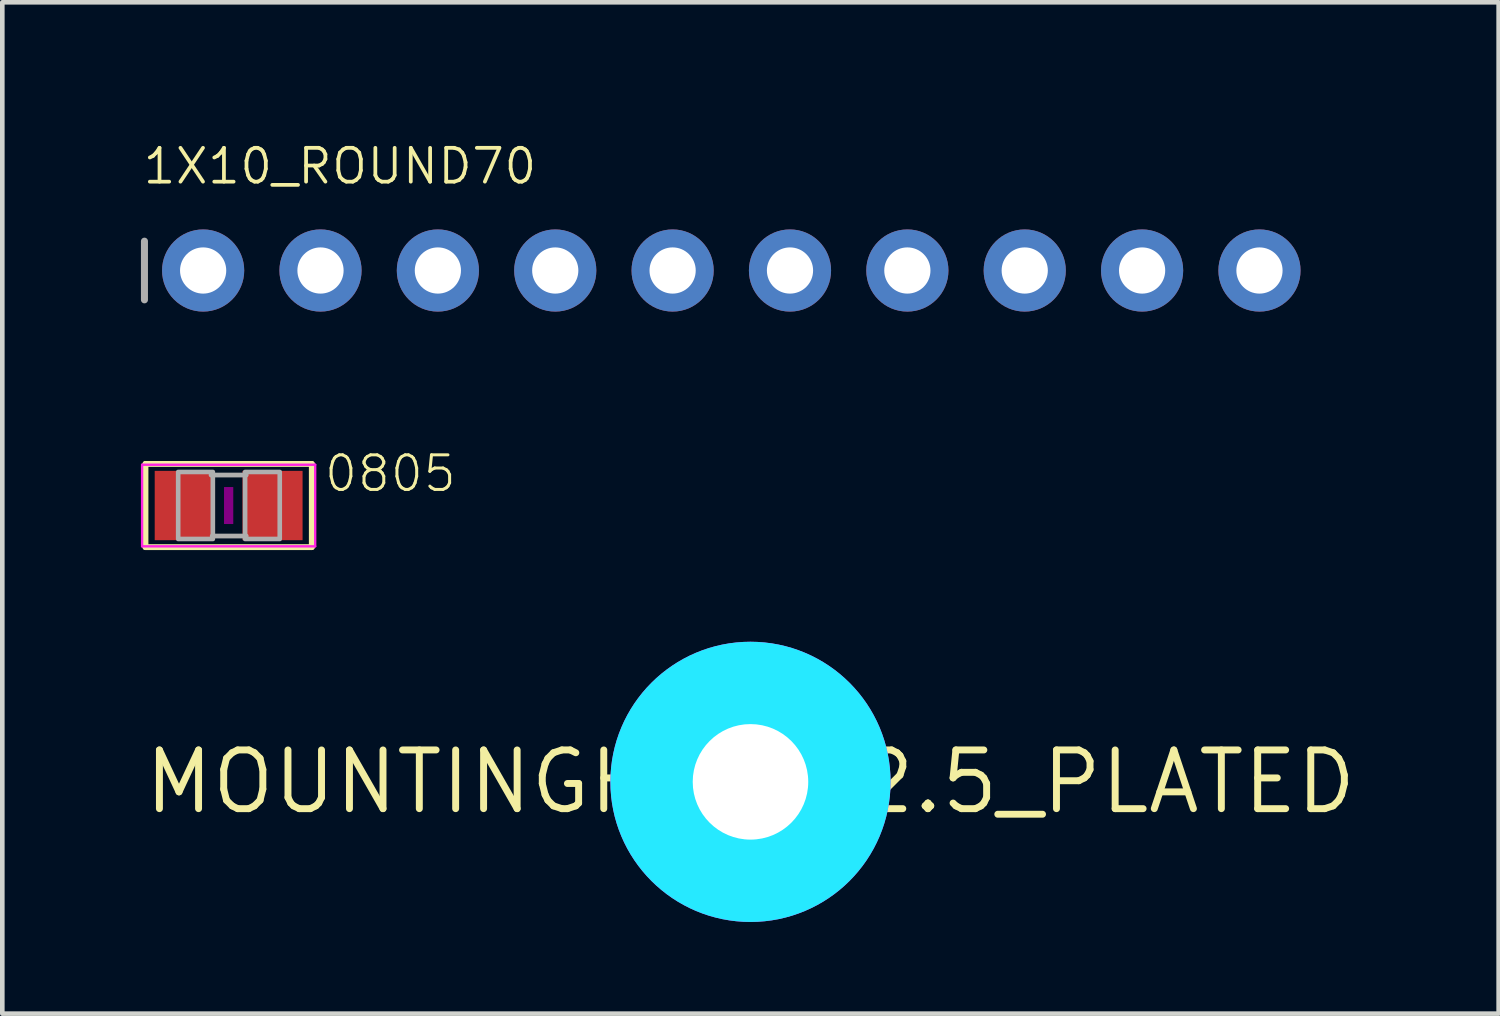
<source format=kicad_pcb>
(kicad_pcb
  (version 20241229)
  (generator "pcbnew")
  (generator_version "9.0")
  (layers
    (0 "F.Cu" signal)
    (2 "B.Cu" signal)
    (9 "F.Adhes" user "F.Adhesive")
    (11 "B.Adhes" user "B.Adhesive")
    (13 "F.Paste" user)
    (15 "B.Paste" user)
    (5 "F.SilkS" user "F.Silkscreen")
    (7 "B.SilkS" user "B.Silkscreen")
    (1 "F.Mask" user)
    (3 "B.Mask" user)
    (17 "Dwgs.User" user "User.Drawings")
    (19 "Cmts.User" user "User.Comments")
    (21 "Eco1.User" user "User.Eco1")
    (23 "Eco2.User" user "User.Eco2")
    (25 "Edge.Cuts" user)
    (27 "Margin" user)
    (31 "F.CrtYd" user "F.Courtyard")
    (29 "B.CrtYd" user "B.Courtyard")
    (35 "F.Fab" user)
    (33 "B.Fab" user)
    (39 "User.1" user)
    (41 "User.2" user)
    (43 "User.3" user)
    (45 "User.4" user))
  (footprint "MOUNTINGHOLE_2.5_PLATED"
    (layer "F.Cu")
    (at 13.191 13.87)
    (property "Reference" "MOUNTINGHOLE_2.5_PLATED" (at 0 0 0) (unlocked yes) (layer "F.SilkS") (effects (font (size 1.27 1.27) (thickness 0.15))))
    (fp_circle (center 0 0) (end 1.75 0) (stroke (width 0.152) (type solid)) (fill no) (layer "F.SilkS"))
    (fp_circle (center 0 0) (end 1 0) (stroke (width 2.032) (type solid)) (fill no) (layer "B.CrtYd"))
    (fp_circle (center 0 0) (end 1 0) (stroke (width 2.032) (type solid)) (fill no) (layer "F.CrtYd"))
    (pad "P$1" thru_hole circle (at 0 0) (size 3.2 3.2) (drill 2.5) (layers "*.Cu" "*.Mask"))
    (zone (net_name "") (layer "F.Cu") (hatch edge 0.5) (connect_pads) (min_thickness 0.25) (filled_areas_thickness no) (keepout (tracks not_allowed) (vias not_allowed) (pads not_allowed) (copperpour not_allowed) (footprints allowed)) (placement (enabled no)) (fill) (polygon (pts (xy 15.207 13.87) (xy 15.187 13.589) (xy 15.129 13.314) (xy 15.033 13.05) (xy 14.901 12.801) (xy 14.735 12.574) (xy 14.54 12.371) (xy 14.318 12.198) (xy 14.075 12.058) (xy 13.814 11.952) (xy 13.541 11.884) (xy 13.261 11.855) (xy 12.98 11.865) (xy 12.703 11.913) (xy 12.436 12) (xy 12.183 12.124) (xy 11.95 12.281) (xy 11.741 12.469) (xy 11.56 12.685) (xy 11.411 12.923) (xy 11.297 13.18) (xy 11.219 13.45) (xy 11.18 13.729) (xy 11.18 14.01) (xy 11.219 14.289) (xy 11.297 14.559) (xy 11.411 14.816) (xy 11.56 15.054) (xy 11.741 15.27) (xy 11.95 15.458) (xy 12.183 15.615) (xy 12.436 15.739) (xy 12.703 15.826) (xy 12.98 15.874) (xy 13.261 15.884) (xy 13.541 15.855) (xy 13.814 15.787) (xy 14.075 15.681) (xy 14.318 15.541) (xy 14.54 15.368) (xy 14.735 15.165) (xy 14.901 14.938) (xy 15.033 14.689) (xy 15.129 14.425) (xy 15.187 14.15))) (polygon (pts (xy 13.175 13.87) (xy 13.18 13.881) (xy 13.191 13.886) (xy 13.202 13.881) (xy 13.207 13.87) (xy 13.202 13.858) (xy 13.191 13.854) (xy 13.18 13.858))))
    (zone (net_name "") (layer "B.Cu") (hatch edge 0.5) (connect_pads) (min_thickness 0.25) (filled_areas_thickness no) (keepout (tracks not_allowed) (vias not_allowed) (pads not_allowed) (copperpour not_allowed) (footprints allowed)) (placement (enabled no)) (fill) (polygon (pts (xy 15.207 13.87) (xy 15.187 13.589) (xy 15.129 13.314) (xy 15.033 13.05) (xy 14.901 12.801) (xy 14.735 12.574) (xy 14.54 12.371) (xy 14.318 12.198) (xy 14.075 12.058) (xy 13.814 11.952) (xy 13.541 11.884) (xy 13.261 11.855) (xy 12.98 11.865) (xy 12.703 11.913) (xy 12.436 12) (xy 12.183 12.124) (xy 11.95 12.281) (xy 11.741 12.469) (xy 11.56 12.685) (xy 11.411 12.923) (xy 11.297 13.18) (xy 11.219 13.45) (xy 11.18 13.729) (xy 11.18 14.01) (xy 11.219 14.289) (xy 11.297 14.559) (xy 11.411 14.816) (xy 11.56 15.054) (xy 11.741 15.27) (xy 11.95 15.458) (xy 12.183 15.615) (xy 12.436 15.739) (xy 12.703 15.826) (xy 12.98 15.874) (xy 13.261 15.884) (xy 13.541 15.855) (xy 13.814 15.787) (xy 14.075 15.681) (xy 14.318 15.541) (xy 14.54 15.368) (xy 14.735 15.165) (xy 14.901 14.938) (xy 15.033 14.689) (xy 15.129 14.425) (xy 15.187 14.15))) (polygon (pts (xy 13.175 13.87) (xy 13.18 13.881) (xy 13.191 13.886) (xy 13.202 13.881) (xy 13.207 13.87) (xy 13.202 13.858) (xy 13.191 13.854) (xy 13.18 13.858)))))
  (footprint "1X10_ROUND70"
    (layer "F.Cu")
    (at 12.776 2.804)
    (property "Reference" "1X10_ROUND70" (at -12.776 -1.829 0) (unlocked yes) (layer "F.SilkS") (effects (font (size 0.732 0.732) (thickness 0.081)) (justify left bottom)))
    (fp_line (start -12.7 -0.635) (end -12.7 0.635) (stroke (width 0.152) (type solid)) (layer "F.Fab"))
    (fp_poly (pts (xy -11.684 0.254) (xy -11.176 0.254) (xy -11.176 -0.254) (xy -11.684 -0.254)) (stroke (width 0.1) (type default)) (fill no) (layer "F.Fab"))
    (fp_poly (pts (xy -9.144 0.254) (xy -8.636 0.254) (xy -8.636 -0.254) (xy -9.144 -0.254)) (stroke (width 0.1) (type default)) (fill no) (layer "F.Fab"))
    (fp_poly (pts (xy -6.604 0.254) (xy -6.096 0.254) (xy -6.096 -0.254) (xy -6.604 -0.254)) (stroke (width 0.1) (type default)) (fill no) (layer "F.Fab"))
    (fp_poly (pts (xy -4.064 0.254) (xy -3.556 0.254) (xy -3.556 -0.254) (xy -4.064 -0.254)) (stroke (width 0.1) (type default)) (fill no) (layer "F.Fab"))
    (fp_poly (pts (xy -1.524 0.254) (xy -1.016 0.254) (xy -1.016 -0.254) (xy -1.524 -0.254)) (stroke (width 0.1) (type default)) (fill no) (layer "F.Fab"))
    (fp_poly (pts (xy 1.016 0.254) (xy 1.524 0.254) (xy 1.524 -0.254) (xy 1.016 -0.254)) (stroke (width 0.1) (type default)) (fill no) (layer "F.Fab"))
    (fp_poly (pts (xy 3.556 0.254) (xy 4.064 0.254) (xy 4.064 -0.254) (xy 3.556 -0.254)) (stroke (width 0.1) (type default)) (fill no) (layer "F.Fab"))
    (fp_poly (pts (xy 6.096 0.254) (xy 6.604 0.254) (xy 6.604 -0.254) (xy 6.096 -0.254)) (stroke (width 0.1) (type default)) (fill no) (layer "F.Fab"))
    (fp_poly (pts (xy 8.636 0.254) (xy 9.144 0.254) (xy 9.144 -0.254) (xy 8.636 -0.254)) (stroke (width 0.1) (type default)) (fill no) (layer "F.Fab"))
    (fp_poly (pts (xy 11.176 0.254) (xy 11.684 0.254) (xy 11.684 -0.254) (xy 11.176 -0.254)) (stroke (width 0.1) (type default)) (fill no) (layer "F.Fab"))
    (pad "1" thru_hole circle (at -11.43 0 90) (size 1.778 1.778) (drill 1) (layers "*.Cu" "*.Mask"))
    (pad "2" thru_hole circle (at -8.89 0 90) (size 1.778 1.778) (drill 1) (layers "*.Cu" "*.Mask"))
    (pad "3" thru_hole circle (at -6.35 0 90) (size 1.778 1.778) (drill 1) (layers "*.Cu" "*.Mask"))
    (pad "4" thru_hole circle (at -3.81 0 90) (size 1.778 1.778) (drill 1) (layers "*.Cu" "*.Mask"))
    (pad "5" thru_hole circle (at -1.27 0 90) (size 1.778 1.778) (drill 1) (layers "*.Cu" "*.Mask"))
    (pad "6" thru_hole circle (at 1.27 0 90) (size 1.778 1.778) (drill 1) (layers "*.Cu" "*.Mask"))
    (pad "7" thru_hole circle (at 3.81 0 90) (size 1.778 1.778) (drill 1) (layers "*.Cu" "*.Mask"))
    (pad "8" thru_hole circle (at 6.35 0 90) (size 1.778 1.778) (drill 1) (layers "*.Cu" "*.Mask"))
    (pad "9" thru_hole circle (at 8.89 0 90) (size 1.778 1.778) (drill 1) (layers "*.Cu" "*.Mask"))
    (pad "10" thru_hole circle (at 11.43 0 90) (size 1.778 1.778) (drill 1) (layers "*.Cu" "*.Mask")))
  (footprint "0805"
    (layer "F.Cu")
    (at 1.898 7.89)
    (property "Reference" "0805" (at 2.032 -0.254 0) (unlocked yes) (layer "F.SilkS") (effects (font (size 0.748 0.748) (thickness 0.065)) (justify left bottom)))
    (fp_line (start -1.8 -0.9) (end 1.8 -0.9) (stroke (width 0.127) (type solid)) (layer "F.SilkS"))
    (fp_line (start -1.8 0.9) (end -1.8 -0.9) (stroke (width 0.127) (type solid)) (layer "F.SilkS"))
    (fp_line (start 1.8 -0.9) (end 1.8 0.9) (stroke (width 0.127) (type solid)) (layer "F.SilkS"))
    (fp_line (start 1.8 0.9) (end -1.8 0.9) (stroke (width 0.127) (type solid)) (layer "F.SilkS"))
    (fp_poly (pts (xy -0.1 0.4) (xy 0.1 0.4) (xy 0.1 -0.4) (xy -0.1 -0.4)) (stroke (width 0) (type default)) (fill yes) (layer "F.Adhes"))
    (fp_line (start -1.873 -0.883) (end 1.873 -0.883) (stroke (width 0.051) (type solid)) (layer "F.CrtYd"))
    (fp_line (start -1.873 0.883) (end -1.873 -0.883) (stroke (width 0.051) (type solid)) (layer "F.CrtYd"))
    (fp_line (start 1.873 -0.883) (end 1.873 0.883) (stroke (width 0.051) (type solid)) (layer "F.CrtYd"))
    (fp_line (start 1.873 0.883) (end -1.873 0.883) (stroke (width 0.051) (type solid)) (layer "F.CrtYd"))
    (fp_line (start -0.381 -0.66) (end 0.381 -0.66) (stroke (width 0.102) (type solid)) (layer "F.Fab"))
    (fp_line (start -0.356 0.66) (end 0.381 0.66) (stroke (width 0.102) (type solid)) (layer "F.Fab"))
    (fp_poly (pts (xy -1.092 0.724) (xy -0.342 0.724) (xy -0.342 -0.726) (xy -1.092 -0.726)) (stroke (width 0.1) (type default)) (fill no) (layer "F.Fab"))
    (fp_poly (pts (xy 0.356 0.724) (xy 1.106 0.724) (xy 1.106 -0.726) (xy 0.356 -0.726)) (stroke (width 0.1) (type default)) (fill no) (layer "F.Fab"))
    (pad "1" smd rect (at -0.95 0) (size 1.3 1.5) (layers "F.Cu" "F.Mask" "F.Paste"))
    (pad "2" smd rect (at 0.95 0) (size 1.3 1.5) (layers "F.Cu" "F.Mask" "F.Paste")))
  (gr_rect
    (start -3 -3)
    (end 29.382 18.886)
    (stroke (width 0.1) (type default))
    (fill no)
    (layer "Edge.Cuts")))
</source>
